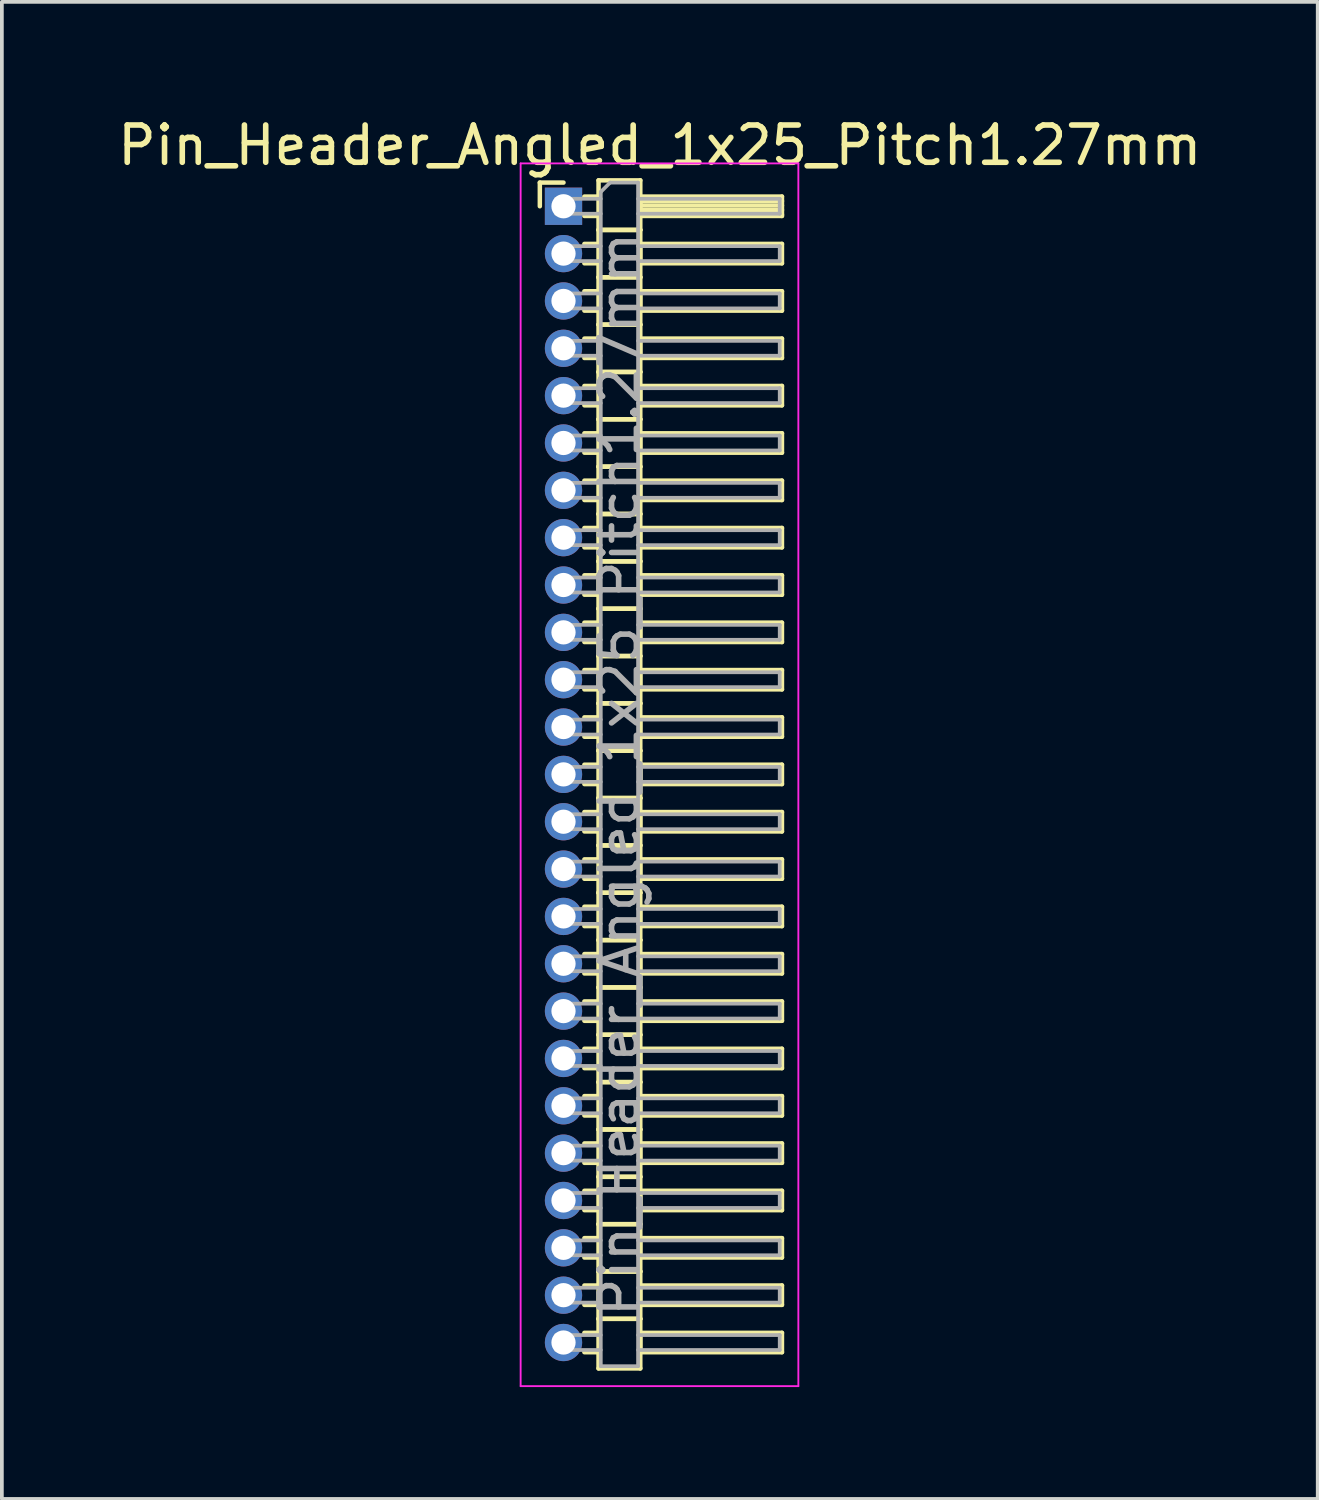
<source format=kicad_pcb>
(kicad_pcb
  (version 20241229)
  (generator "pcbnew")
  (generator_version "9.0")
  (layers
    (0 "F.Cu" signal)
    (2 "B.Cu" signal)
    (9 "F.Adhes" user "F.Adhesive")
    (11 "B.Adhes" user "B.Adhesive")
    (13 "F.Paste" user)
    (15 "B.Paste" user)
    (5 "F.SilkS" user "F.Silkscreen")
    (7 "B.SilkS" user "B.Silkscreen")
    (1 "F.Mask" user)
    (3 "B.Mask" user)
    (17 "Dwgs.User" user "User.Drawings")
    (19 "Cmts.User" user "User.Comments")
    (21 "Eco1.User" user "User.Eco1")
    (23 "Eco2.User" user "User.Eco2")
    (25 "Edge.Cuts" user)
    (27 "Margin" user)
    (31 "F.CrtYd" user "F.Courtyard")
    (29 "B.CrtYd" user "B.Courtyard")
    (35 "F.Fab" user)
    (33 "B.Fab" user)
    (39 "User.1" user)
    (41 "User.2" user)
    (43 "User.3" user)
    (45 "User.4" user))
  (footprint "Pin_Header_Angled_1x25_Pitch1.27mm"
    (layer "F.Cu")
    (at 12.066 2.483)
    (property "Reference" "Pin_Header_Angled_1x25_Pitch1.27mm" (at 2.583 -1.635 0) (layer "F.SilkS") (effects (font (size 1 1) (thickness 0.15))))
    (attr through_hole)
    (fp_line (start -0.635 -0.635) (end 0 -0.635) (stroke (width 0.12) (type solid)) (layer "F.SilkS"))
    (fp_line (start -0.635 0) (end -0.635 -0.635) (stroke (width 0.12) (type solid)) (layer "F.SilkS"))
    (fp_line (start 0.56 -0.26) (end 0.94 -0.26) (stroke (width 0.12) (type solid)) (layer "F.SilkS"))
    (fp_line (start 0.56 0.26) (end 0.94 0.26) (stroke (width 0.12) (type solid)) (layer "F.SilkS"))
    (fp_line (start 0.56 1.01) (end 0.94 1.01) (stroke (width 0.12) (type solid)) (layer "F.SilkS"))
    (fp_line (start 0.56 1.53) (end 0.94 1.53) (stroke (width 0.12) (type solid)) (layer "F.SilkS"))
    (fp_line (start 0.56 2.28) (end 0.94 2.28) (stroke (width 0.12) (type solid)) (layer "F.SilkS"))
    (fp_line (start 0.56 2.8) (end 0.94 2.8) (stroke (width 0.12) (type solid)) (layer "F.SilkS"))
    (fp_line (start 0.56 3.55) (end 0.94 3.55) (stroke (width 0.12) (type solid)) (layer "F.SilkS"))
    (fp_line (start 0.56 4.07) (end 0.94 4.07) (stroke (width 0.12) (type solid)) (layer "F.SilkS"))
    (fp_line (start 0.56 4.82) (end 0.94 4.82) (stroke (width 0.12) (type solid)) (layer "F.SilkS"))
    (fp_line (start 0.56 5.34) (end 0.94 5.34) (stroke (width 0.12) (type solid)) (layer "F.SilkS"))
    (fp_line (start 0.56 6.09) (end 0.94 6.09) (stroke (width 0.12) (type solid)) (layer "F.SilkS"))
    (fp_line (start 0.56 6.61) (end 0.94 6.61) (stroke (width 0.12) (type solid)) (layer "F.SilkS"))
    (fp_line (start 0.56 7.36) (end 0.94 7.36) (stroke (width 0.12) (type solid)) (layer "F.SilkS"))
    (fp_line (start 0.56 7.88) (end 0.94 7.88) (stroke (width 0.12) (type solid)) (layer "F.SilkS"))
    (fp_line (start 0.56 8.63) (end 0.94 8.63) (stroke (width 0.12) (type solid)) (layer "F.SilkS"))
    (fp_line (start 0.56 9.15) (end 0.94 9.15) (stroke (width 0.12) (type solid)) (layer "F.SilkS"))
    (fp_line (start 0.56 9.9) (end 0.94 9.9) (stroke (width 0.12) (type solid)) (layer "F.SilkS"))
    (fp_line (start 0.56 10.42) (end 0.94 10.42) (stroke (width 0.12) (type solid)) (layer "F.SilkS"))
    (fp_line (start 0.56 11.17) (end 0.94 11.17) (stroke (width 0.12) (type solid)) (layer "F.SilkS"))
    (fp_line (start 0.56 11.69) (end 0.94 11.69) (stroke (width 0.12) (type solid)) (layer "F.SilkS"))
    (fp_line (start 0.56 12.44) (end 0.94 12.44) (stroke (width 0.12) (type solid)) (layer "F.SilkS"))
    (fp_line (start 0.56 12.96) (end 0.94 12.96) (stroke (width 0.12) (type solid)) (layer "F.SilkS"))
    (fp_line (start 0.56 13.71) (end 0.94 13.71) (stroke (width 0.12) (type solid)) (layer "F.SilkS"))
    (fp_line (start 0.56 14.23) (end 0.94 14.23) (stroke (width 0.12) (type solid)) (layer "F.SilkS"))
    (fp_line (start 0.56 14.98) (end 0.94 14.98) (stroke (width 0.12) (type solid)) (layer "F.SilkS"))
    (fp_line (start 0.56 15.5) (end 0.94 15.5) (stroke (width 0.12) (type solid)) (layer "F.SilkS"))
    (fp_line (start 0.56 16.25) (end 0.94 16.25) (stroke (width 0.12) (type solid)) (layer "F.SilkS"))
    (fp_line (start 0.56 16.77) (end 0.94 16.77) (stroke (width 0.12) (type solid)) (layer "F.SilkS"))
    (fp_line (start 0.56 17.52) (end 0.94 17.52) (stroke (width 0.12) (type solid)) (layer "F.SilkS"))
    (fp_line (start 0.56 18.04) (end 0.94 18.04) (stroke (width 0.12) (type solid)) (layer "F.SilkS"))
    (fp_line (start 0.56 18.79) (end 0.94 18.79) (stroke (width 0.12) (type solid)) (layer "F.SilkS"))
    (fp_line (start 0.56 19.31) (end 0.94 19.31) (stroke (width 0.12) (type solid)) (layer "F.SilkS"))
    (fp_line (start 0.56 20.06) (end 0.94 20.06) (stroke (width 0.12) (type solid)) (layer "F.SilkS"))
    (fp_line (start 0.56 20.58) (end 0.94 20.58) (stroke (width 0.12) (type solid)) (layer "F.SilkS"))
    (fp_line (start 0.56 21.33) (end 0.94 21.33) (stroke (width 0.12) (type solid)) (layer "F.SilkS"))
    (fp_line (start 0.56 21.85) (end 0.94 21.85) (stroke (width 0.12) (type solid)) (layer "F.SilkS"))
    (fp_line (start 0.56 22.6) (end 0.94 22.6) (stroke (width 0.12) (type solid)) (layer "F.SilkS"))
    (fp_line (start 0.56 23.12) (end 0.94 23.12) (stroke (width 0.12) (type solid)) (layer "F.SilkS"))
    (fp_line (start 0.56 23.87) (end 0.94 23.87) (stroke (width 0.12) (type solid)) (layer "F.SilkS"))
    (fp_line (start 0.56 24.39) (end 0.94 24.39) (stroke (width 0.12) (type solid)) (layer "F.SilkS"))
    (fp_line (start 0.56 25.14) (end 0.94 25.14) (stroke (width 0.12) (type solid)) (layer "F.SilkS"))
    (fp_line (start 0.56 25.66) (end 0.94 25.66) (stroke (width 0.12) (type solid)) (layer "F.SilkS"))
    (fp_line (start 0.56 26.41) (end 0.94 26.41) (stroke (width 0.12) (type solid)) (layer "F.SilkS"))
    (fp_line (start 0.56 26.93) (end 0.94 26.93) (stroke (width 0.12) (type solid)) (layer "F.SilkS"))
    (fp_line (start 0.56 27.68) (end 0.94 27.68) (stroke (width 0.12) (type solid)) (layer "F.SilkS"))
    (fp_line (start 0.56 28.2) (end 0.94 28.2) (stroke (width 0.12) (type solid)) (layer "F.SilkS"))
    (fp_line (start 0.56 28.95) (end 0.94 28.95) (stroke (width 0.12) (type solid)) (layer "F.SilkS"))
    (fp_line (start 0.56 29.47) (end 0.94 29.47) (stroke (width 0.12) (type solid)) (layer "F.SilkS"))
    (fp_line (start 0.56 30.22) (end 0.94 30.22) (stroke (width 0.12) (type solid)) (layer "F.SilkS"))
    (fp_line (start 0.56 30.74) (end 0.94 30.74) (stroke (width 0.12) (type solid)) (layer "F.SilkS"))
    (fp_line (start 0.94 -0.695) (end 0.94 0.635) (stroke (width 0.12) (type solid)) (layer "F.SilkS"))
    (fp_line (start 0.94 0.635) (end 0.94 1.905) (stroke (width 0.12) (type solid)) (layer "F.SilkS"))
    (fp_line (start 0.94 0.635) (end 2.06 0.635) (stroke (width 0.12) (type solid)) (layer "F.SilkS"))
    (fp_line (start 0.94 1.905) (end 0.94 3.175) (stroke (width 0.12) (type solid)) (layer "F.SilkS"))
    (fp_line (start 0.94 1.905) (end 2.06 1.905) (stroke (width 0.12) (type solid)) (layer "F.SilkS"))
    (fp_line (start 0.94 3.175) (end 0.94 4.445) (stroke (width 0.12) (type solid)) (layer "F.SilkS"))
    (fp_line (start 0.94 3.175) (end 2.06 3.175) (stroke (width 0.12) (type solid)) (layer "F.SilkS"))
    (fp_line (start 0.94 4.445) (end 0.94 5.715) (stroke (width 0.12) (type solid)) (layer "F.SilkS"))
    (fp_line (start 0.94 4.445) (end 2.06 4.445) (stroke (width 0.12) (type solid)) (layer "F.SilkS"))
    (fp_line (start 0.94 5.715) (end 0.94 6.985) (stroke (width 0.12) (type solid)) (layer "F.SilkS"))
    (fp_line (start 0.94 5.715) (end 2.06 5.715) (stroke (width 0.12) (type solid)) (layer "F.SilkS"))
    (fp_line (start 0.94 6.985) (end 0.94 8.255) (stroke (width 0.12) (type solid)) (layer "F.SilkS"))
    (fp_line (start 0.94 6.985) (end 2.06 6.985) (stroke (width 0.12) (type solid)) (layer "F.SilkS"))
    (fp_line (start 0.94 8.255) (end 0.94 9.525) (stroke (width 0.12) (type solid)) (layer "F.SilkS"))
    (fp_line (start 0.94 8.255) (end 2.06 8.255) (stroke (width 0.12) (type solid)) (layer "F.SilkS"))
    (fp_line (start 0.94 9.525) (end 0.94 10.795) (stroke (width 0.12) (type solid)) (layer "F.SilkS"))
    (fp_line (start 0.94 9.525) (end 2.06 9.525) (stroke (width 0.12) (type solid)) (layer "F.SilkS"))
    (fp_line (start 0.94 10.795) (end 0.94 12.065) (stroke (width 0.12) (type solid)) (layer "F.SilkS"))
    (fp_line (start 0.94 10.795) (end 2.06 10.795) (stroke (width 0.12) (type solid)) (layer "F.SilkS"))
    (fp_line (start 0.94 12.065) (end 0.94 13.335) (stroke (width 0.12) (type solid)) (layer "F.SilkS"))
    (fp_line (start 0.94 12.065) (end 2.06 12.065) (stroke (width 0.12) (type solid)) (layer "F.SilkS"))
    (fp_line (start 0.94 13.335) (end 0.94 14.605) (stroke (width 0.12) (type solid)) (layer "F.SilkS"))
    (fp_line (start 0.94 13.335) (end 2.06 13.335) (stroke (width 0.12) (type solid)) (layer "F.SilkS"))
    (fp_line (start 0.94 14.605) (end 0.94 15.875) (stroke (width 0.12) (type solid)) (layer "F.SilkS"))
    (fp_line (start 0.94 14.605) (end 2.06 14.605) (stroke (width 0.12) (type solid)) (layer "F.SilkS"))
    (fp_line (start 0.94 15.875) (end 0.94 17.145) (stroke (width 0.12) (type solid)) (layer "F.SilkS"))
    (fp_line (start 0.94 15.875) (end 2.06 15.875) (stroke (width 0.12) (type solid)) (layer "F.SilkS"))
    (fp_line (start 0.94 17.145) (end 0.94 18.415) (stroke (width 0.12) (type solid)) (layer "F.SilkS"))
    (fp_line (start 0.94 17.145) (end 2.06 17.145) (stroke (width 0.12) (type solid)) (layer "F.SilkS"))
    (fp_line (start 0.94 18.415) (end 0.94 19.685) (stroke (width 0.12) (type solid)) (layer "F.SilkS"))
    (fp_line (start 0.94 18.415) (end 2.06 18.415) (stroke (width 0.12) (type solid)) (layer "F.SilkS"))
    (fp_line (start 0.94 19.685) (end 0.94 20.955) (stroke (width 0.12) (type solid)) (layer "F.SilkS"))
    (fp_line (start 0.94 19.685) (end 2.06 19.685) (stroke (width 0.12) (type solid)) (layer "F.SilkS"))
    (fp_line (start 0.94 20.955) (end 0.94 22.225) (stroke (width 0.12) (type solid)) (layer "F.SilkS"))
    (fp_line (start 0.94 20.955) (end 2.06 20.955) (stroke (width 0.12) (type solid)) (layer "F.SilkS"))
    (fp_line (start 0.94 22.225) (end 0.94 23.495) (stroke (width 0.12) (type solid)) (layer "F.SilkS"))
    (fp_line (start 0.94 22.225) (end 2.06 22.225) (stroke (width 0.12) (type solid)) (layer "F.SilkS"))
    (fp_line (start 0.94 23.495) (end 0.94 24.765) (stroke (width 0.12) (type solid)) (layer "F.SilkS"))
    (fp_line (start 0.94 23.495) (end 2.06 23.495) (stroke (width 0.12) (type solid)) (layer "F.SilkS"))
    (fp_line (start 0.94 24.765) (end 0.94 26.035) (stroke (width 0.12) (type solid)) (layer "F.SilkS"))
    (fp_line (start 0.94 24.765) (end 2.06 24.765) (stroke (width 0.12) (type solid)) (layer "F.SilkS"))
    (fp_line (start 0.94 26.035) (end 0.94 27.305) (stroke (width 0.12) (type solid)) (layer "F.SilkS"))
    (fp_line (start 0.94 26.035) (end 2.06 26.035) (stroke (width 0.12) (type solid)) (layer "F.SilkS"))
    (fp_line (start 0.94 27.305) (end 0.94 28.575) (stroke (width 0.12) (type solid)) (layer "F.SilkS"))
    (fp_line (start 0.94 27.305) (end 2.06 27.305) (stroke (width 0.12) (type solid)) (layer "F.SilkS"))
    (fp_line (start 0.94 28.575) (end 0.94 29.845) (stroke (width 0.12) (type solid)) (layer "F.SilkS"))
    (fp_line (start 0.94 28.575) (end 2.06 28.575) (stroke (width 0.12) (type solid)) (layer "F.SilkS"))
    (fp_line (start 0.94 29.845) (end 0.94 31.175) (stroke (width 0.12) (type solid)) (layer "F.SilkS"))
    (fp_line (start 0.94 29.845) (end 2.06 29.845) (stroke (width 0.12) (type solid)) (layer "F.SilkS"))
    (fp_line (start 0.94 31.175) (end 2.06 31.175) (stroke (width 0.12) (type solid)) (layer "F.SilkS"))
    (fp_line (start 2.06 -0.695) (end 0.94 -0.695) (stroke (width 0.12) (type solid)) (layer "F.SilkS"))
    (fp_line (start 2.06 -0.26) (end 2.06 0.26) (stroke (width 0.12) (type solid)) (layer "F.SilkS"))
    (fp_line (start 2.06 -0.14) (end 5.86 -0.14) (stroke (width 0.12) (type solid)) (layer "F.SilkS"))
    (fp_line (start 2.06 -0.02) (end 5.86 -0.02) (stroke (width 0.12) (type solid)) (layer "F.SilkS"))
    (fp_line (start 2.06 0.1) (end 5.86 0.1) (stroke (width 0.12) (type solid)) (layer "F.SilkS"))
    (fp_line (start 2.06 0.22) (end 5.86 0.22) (stroke (width 0.12) (type solid)) (layer "F.SilkS"))
    (fp_line (start 2.06 0.26) (end 5.86 0.26) (stroke (width 0.12) (type solid)) (layer "F.SilkS"))
    (fp_line (start 2.06 0.635) (end 0.94 0.635) (stroke (width 0.12) (type solid)) (layer "F.SilkS"))
    (fp_line (start 2.06 0.635) (end 2.06 -0.695) (stroke (width 0.12) (type solid)) (layer "F.SilkS"))
    (fp_line (start 2.06 1.01) (end 2.06 1.53) (stroke (width 0.12) (type solid)) (layer "F.SilkS"))
    (fp_line (start 2.06 1.53) (end 5.86 1.53) (stroke (width 0.12) (type solid)) (layer "F.SilkS"))
    (fp_line (start 2.06 1.905) (end 0.94 1.905) (stroke (width 0.12) (type solid)) (layer "F.SilkS"))
    (fp_line (start 2.06 1.905) (end 2.06 0.635) (stroke (width 0.12) (type solid)) (layer "F.SilkS"))
    (fp_line (start 2.06 2.28) (end 2.06 2.8) (stroke (width 0.12) (type solid)) (layer "F.SilkS"))
    (fp_line (start 2.06 2.8) (end 5.86 2.8) (stroke (width 0.12) (type solid)) (layer "F.SilkS"))
    (fp_line (start 2.06 3.175) (end 0.94 3.175) (stroke (width 0.12) (type solid)) (layer "F.SilkS"))
    (fp_line (start 2.06 3.175) (end 2.06 1.905) (stroke (width 0.12) (type solid)) (layer "F.SilkS"))
    (fp_line (start 2.06 3.55) (end 2.06 4.07) (stroke (width 0.12) (type solid)) (layer "F.SilkS"))
    (fp_line (start 2.06 4.07) (end 5.86 4.07) (stroke (width 0.12) (type solid)) (layer "F.SilkS"))
    (fp_line (start 2.06 4.445) (end 0.94 4.445) (stroke (width 0.12) (type solid)) (layer "F.SilkS"))
    (fp_line (start 2.06 4.445) (end 2.06 3.175) (stroke (width 0.12) (type solid)) (layer "F.SilkS"))
    (fp_line (start 2.06 4.82) (end 2.06 5.34) (stroke (width 0.12) (type solid)) (layer "F.SilkS"))
    (fp_line (start 2.06 5.34) (end 5.86 5.34) (stroke (width 0.12) (type solid)) (layer "F.SilkS"))
    (fp_line (start 2.06 5.715) (end 0.94 5.715) (stroke (width 0.12) (type solid)) (layer "F.SilkS"))
    (fp_line (start 2.06 5.715) (end 2.06 4.445) (stroke (width 0.12) (type solid)) (layer "F.SilkS"))
    (fp_line (start 2.06 6.09) (end 2.06 6.61) (stroke (width 0.12) (type solid)) (layer "F.SilkS"))
    (fp_line (start 2.06 6.61) (end 5.86 6.61) (stroke (width 0.12) (type solid)) (layer "F.SilkS"))
    (fp_line (start 2.06 6.985) (end 0.94 6.985) (stroke (width 0.12) (type solid)) (layer "F.SilkS"))
    (fp_line (start 2.06 6.985) (end 2.06 5.715) (stroke (width 0.12) (type solid)) (layer "F.SilkS"))
    (fp_line (start 2.06 7.36) (end 2.06 7.88) (stroke (width 0.12) (type solid)) (layer "F.SilkS"))
    (fp_line (start 2.06 7.88) (end 5.86 7.88) (stroke (width 0.12) (type solid)) (layer "F.SilkS"))
    (fp_line (start 2.06 8.255) (end 0.94 8.255) (stroke (width 0.12) (type solid)) (layer "F.SilkS"))
    (fp_line (start 2.06 8.255) (end 2.06 6.985) (stroke (width 0.12) (type solid)) (layer "F.SilkS"))
    (fp_line (start 2.06 8.63) (end 2.06 9.15) (stroke (width 0.12) (type solid)) (layer "F.SilkS"))
    (fp_line (start 2.06 9.15) (end 5.86 9.15) (stroke (width 0.12) (type solid)) (layer "F.SilkS"))
    (fp_line (start 2.06 9.525) (end 0.94 9.525) (stroke (width 0.12) (type solid)) (layer "F.SilkS"))
    (fp_line (start 2.06 9.525) (end 2.06 8.255) (stroke (width 0.12) (type solid)) (layer "F.SilkS"))
    (fp_line (start 2.06 9.9) (end 2.06 10.42) (stroke (width 0.12) (type solid)) (layer "F.SilkS"))
    (fp_line (start 2.06 10.42) (end 5.86 10.42) (stroke (width 0.12) (type solid)) (layer "F.SilkS"))
    (fp_line (start 2.06 10.795) (end 0.94 10.795) (stroke (width 0.12) (type solid)) (layer "F.SilkS"))
    (fp_line (start 2.06 10.795) (end 2.06 9.525) (stroke (width 0.12) (type solid)) (layer "F.SilkS"))
    (fp_line (start 2.06 11.17) (end 2.06 11.69) (stroke (width 0.12) (type solid)) (layer "F.SilkS"))
    (fp_line (start 2.06 11.69) (end 5.86 11.69) (stroke (width 0.12) (type solid)) (layer "F.SilkS"))
    (fp_line (start 2.06 12.065) (end 0.94 12.065) (stroke (width 0.12) (type solid)) (layer "F.SilkS"))
    (fp_line (start 2.06 12.065) (end 2.06 10.795) (stroke (width 0.12) (type solid)) (layer "F.SilkS"))
    (fp_line (start 2.06 12.44) (end 2.06 12.96) (stroke (width 0.12) (type solid)) (layer "F.SilkS"))
    (fp_line (start 2.06 12.96) (end 5.86 12.96) (stroke (width 0.12) (type solid)) (layer "F.SilkS"))
    (fp_line (start 2.06 13.335) (end 0.94 13.335) (stroke (width 0.12) (type solid)) (layer "F.SilkS"))
    (fp_line (start 2.06 13.335) (end 2.06 12.065) (stroke (width 0.12) (type solid)) (layer "F.SilkS"))
    (fp_line (start 2.06 13.71) (end 2.06 14.23) (stroke (width 0.12) (type solid)) (layer "F.SilkS"))
    (fp_line (start 2.06 14.23) (end 5.86 14.23) (stroke (width 0.12) (type solid)) (layer "F.SilkS"))
    (fp_line (start 2.06 14.605) (end 0.94 14.605) (stroke (width 0.12) (type solid)) (layer "F.SilkS"))
    (fp_line (start 2.06 14.605) (end 2.06 13.335) (stroke (width 0.12) (type solid)) (layer "F.SilkS"))
    (fp_line (start 2.06 14.98) (end 2.06 15.5) (stroke (width 0.12) (type solid)) (layer "F.SilkS"))
    (fp_line (start 2.06 15.5) (end 5.86 15.5) (stroke (width 0.12) (type solid)) (layer "F.SilkS"))
    (fp_line (start 2.06 15.875) (end 0.94 15.875) (stroke (width 0.12) (type solid)) (layer "F.SilkS"))
    (fp_line (start 2.06 15.875) (end 2.06 14.605) (stroke (width 0.12) (type solid)) (layer "F.SilkS"))
    (fp_line (start 2.06 16.25) (end 2.06 16.77) (stroke (width 0.12) (type solid)) (layer "F.SilkS"))
    (fp_line (start 2.06 16.77) (end 5.86 16.77) (stroke (width 0.12) (type solid)) (layer "F.SilkS"))
    (fp_line (start 2.06 17.145) (end 0.94 17.145) (stroke (width 0.12) (type solid)) (layer "F.SilkS"))
    (fp_line (start 2.06 17.145) (end 2.06 15.875) (stroke (width 0.12) (type solid)) (layer "F.SilkS"))
    (fp_line (start 2.06 17.52) (end 2.06 18.04) (stroke (width 0.12) (type solid)) (layer "F.SilkS"))
    (fp_line (start 2.06 18.04) (end 5.86 18.04) (stroke (width 0.12) (type solid)) (layer "F.SilkS"))
    (fp_line (start 2.06 18.415) (end 0.94 18.415) (stroke (width 0.12) (type solid)) (layer "F.SilkS"))
    (fp_line (start 2.06 18.415) (end 2.06 17.145) (stroke (width 0.12) (type solid)) (layer "F.SilkS"))
    (fp_line (start 2.06 18.79) (end 2.06 19.31) (stroke (width 0.12) (type solid)) (layer "F.SilkS"))
    (fp_line (start 2.06 19.31) (end 5.86 19.31) (stroke (width 0.12) (type solid)) (layer "F.SilkS"))
    (fp_line (start 2.06 19.685) (end 0.94 19.685) (stroke (width 0.12) (type solid)) (layer "F.SilkS"))
    (fp_line (start 2.06 19.685) (end 2.06 18.415) (stroke (width 0.12) (type solid)) (layer "F.SilkS"))
    (fp_line (start 2.06 20.06) (end 2.06 20.58) (stroke (width 0.12) (type solid)) (layer "F.SilkS"))
    (fp_line (start 2.06 20.58) (end 5.86 20.58) (stroke (width 0.12) (type solid)) (layer "F.SilkS"))
    (fp_line (start 2.06 20.955) (end 0.94 20.955) (stroke (width 0.12) (type solid)) (layer "F.SilkS"))
    (fp_line (start 2.06 20.955) (end 2.06 19.685) (stroke (width 0.12) (type solid)) (layer "F.SilkS"))
    (fp_line (start 2.06 21.33) (end 2.06 21.85) (stroke (width 0.12) (type solid)) (layer "F.SilkS"))
    (fp_line (start 2.06 21.85) (end 5.86 21.85) (stroke (width 0.12) (type solid)) (layer "F.SilkS"))
    (fp_line (start 2.06 22.225) (end 0.94 22.225) (stroke (width 0.12) (type solid)) (layer "F.SilkS"))
    (fp_line (start 2.06 22.225) (end 2.06 20.955) (stroke (width 0.12) (type solid)) (layer "F.SilkS"))
    (fp_line (start 2.06 22.6) (end 2.06 23.12) (stroke (width 0.12) (type solid)) (layer "F.SilkS"))
    (fp_line (start 2.06 23.12) (end 5.86 23.12) (stroke (width 0.12) (type solid)) (layer "F.SilkS"))
    (fp_line (start 2.06 23.495) (end 0.94 23.495) (stroke (width 0.12) (type solid)) (layer "F.SilkS"))
    (fp_line (start 2.06 23.495) (end 2.06 22.225) (stroke (width 0.12) (type solid)) (layer "F.SilkS"))
    (fp_line (start 2.06 23.87) (end 2.06 24.39) (stroke (width 0.12) (type solid)) (layer "F.SilkS"))
    (fp_line (start 2.06 24.39) (end 5.86 24.39) (stroke (width 0.12) (type solid)) (layer "F.SilkS"))
    (fp_line (start 2.06 24.765) (end 0.94 24.765) (stroke (width 0.12) (type solid)) (layer "F.SilkS"))
    (fp_line (start 2.06 24.765) (end 2.06 23.495) (stroke (width 0.12) (type solid)) (layer "F.SilkS"))
    (fp_line (start 2.06 25.14) (end 2.06 25.66) (stroke (width 0.12) (type solid)) (layer "F.SilkS"))
    (fp_line (start 2.06 25.66) (end 5.86 25.66) (stroke (width 0.12) (type solid)) (layer "F.SilkS"))
    (fp_line (start 2.06 26.035) (end 0.94 26.035) (stroke (width 0.12) (type solid)) (layer "F.SilkS"))
    (fp_line (start 2.06 26.035) (end 2.06 24.765) (stroke (width 0.12) (type solid)) (layer "F.SilkS"))
    (fp_line (start 2.06 26.41) (end 2.06 26.93) (stroke (width 0.12) (type solid)) (layer "F.SilkS"))
    (fp_line (start 2.06 26.93) (end 5.86 26.93) (stroke (width 0.12) (type solid)) (layer "F.SilkS"))
    (fp_line (start 2.06 27.305) (end 0.94 27.305) (stroke (width 0.12) (type solid)) (layer "F.SilkS"))
    (fp_line (start 2.06 27.305) (end 2.06 26.035) (stroke (width 0.12) (type solid)) (layer "F.SilkS"))
    (fp_line (start 2.06 27.68) (end 2.06 28.2) (stroke (width 0.12) (type solid)) (layer "F.SilkS"))
    (fp_line (start 2.06 28.2) (end 5.86 28.2) (stroke (width 0.12) (type solid)) (layer "F.SilkS"))
    (fp_line (start 2.06 28.575) (end 0.94 28.575) (stroke (width 0.12) (type solid)) (layer "F.SilkS"))
    (fp_line (start 2.06 28.575) (end 2.06 27.305) (stroke (width 0.12) (type solid)) (layer "F.SilkS"))
    (fp_line (start 2.06 28.95) (end 2.06 29.47) (stroke (width 0.12) (type solid)) (layer "F.SilkS"))
    (fp_line (start 2.06 29.47) (end 5.86 29.47) (stroke (width 0.12) (type solid)) (layer "F.SilkS"))
    (fp_line (start 2.06 29.845) (end 0.94 29.845) (stroke (width 0.12) (type solid)) (layer "F.SilkS"))
    (fp_line (start 2.06 29.845) (end 2.06 28.575) (stroke (width 0.12) (type solid)) (layer "F.SilkS"))
    (fp_line (start 2.06 30.22) (end 2.06 30.74) (stroke (width 0.12) (type solid)) (layer "F.SilkS"))
    (fp_line (start 2.06 30.74) (end 5.86 30.74) (stroke (width 0.12) (type solid)) (layer "F.SilkS"))
    (fp_line (start 2.06 31.175) (end 2.06 29.845) (stroke (width 0.12) (type solid)) (layer "F.SilkS"))
    (fp_line (start 5.86 -0.26) (end 2.06 -0.26) (stroke (width 0.12) (type solid)) (layer "F.SilkS"))
    (fp_line (start 5.86 0.26) (end 5.86 -0.26) (stroke (width 0.12) (type solid)) (layer "F.SilkS"))
    (fp_line (start 5.86 1.01) (end 2.06 1.01) (stroke (width 0.12) (type solid)) (layer "F.SilkS"))
    (fp_line (start 5.86 1.53) (end 5.86 1.01) (stroke (width 0.12) (type solid)) (layer "F.SilkS"))
    (fp_line (start 5.86 2.28) (end 2.06 2.28) (stroke (width 0.12) (type solid)) (layer "F.SilkS"))
    (fp_line (start 5.86 2.8) (end 5.86 2.28) (stroke (width 0.12) (type solid)) (layer "F.SilkS"))
    (fp_line (start 5.86 3.55) (end 2.06 3.55) (stroke (width 0.12) (type solid)) (layer "F.SilkS"))
    (fp_line (start 5.86 4.07) (end 5.86 3.55) (stroke (width 0.12) (type solid)) (layer "F.SilkS"))
    (fp_line (start 5.86 4.82) (end 2.06 4.82) (stroke (width 0.12) (type solid)) (layer "F.SilkS"))
    (fp_line (start 5.86 5.34) (end 5.86 4.82) (stroke (width 0.12) (type solid)) (layer "F.SilkS"))
    (fp_line (start 5.86 6.09) (end 2.06 6.09) (stroke (width 0.12) (type solid)) (layer "F.SilkS"))
    (fp_line (start 5.86 6.61) (end 5.86 6.09) (stroke (width 0.12) (type solid)) (layer "F.SilkS"))
    (fp_line (start 5.86 7.36) (end 2.06 7.36) (stroke (width 0.12) (type solid)) (layer "F.SilkS"))
    (fp_line (start 5.86 7.88) (end 5.86 7.36) (stroke (width 0.12) (type solid)) (layer "F.SilkS"))
    (fp_line (start 5.86 8.63) (end 2.06 8.63) (stroke (width 0.12) (type solid)) (layer "F.SilkS"))
    (fp_line (start 5.86 9.15) (end 5.86 8.63) (stroke (width 0.12) (type solid)) (layer "F.SilkS"))
    (fp_line (start 5.86 9.9) (end 2.06 9.9) (stroke (width 0.12) (type solid)) (layer "F.SilkS"))
    (fp_line (start 5.86 10.42) (end 5.86 9.9) (stroke (width 0.12) (type solid)) (layer "F.SilkS"))
    (fp_line (start 5.86 11.17) (end 2.06 11.17) (stroke (width 0.12) (type solid)) (layer "F.SilkS"))
    (fp_line (start 5.86 11.69) (end 5.86 11.17) (stroke (width 0.12) (type solid)) (layer "F.SilkS"))
    (fp_line (start 5.86 12.44) (end 2.06 12.44) (stroke (width 0.12) (type solid)) (layer "F.SilkS"))
    (fp_line (start 5.86 12.96) (end 5.86 12.44) (stroke (width 0.12) (type solid)) (layer "F.SilkS"))
    (fp_line (start 5.86 13.71) (end 2.06 13.71) (stroke (width 0.12) (type solid)) (layer "F.SilkS"))
    (fp_line (start 5.86 14.23) (end 5.86 13.71) (stroke (width 0.12) (type solid)) (layer "F.SilkS"))
    (fp_line (start 5.86 14.98) (end 2.06 14.98) (stroke (width 0.12) (type solid)) (layer "F.SilkS"))
    (fp_line (start 5.86 15.5) (end 5.86 14.98) (stroke (width 0.12) (type solid)) (layer "F.SilkS"))
    (fp_line (start 5.86 16.25) (end 2.06 16.25) (stroke (width 0.12) (type solid)) (layer "F.SilkS"))
    (fp_line (start 5.86 16.77) (end 5.86 16.25) (stroke (width 0.12) (type solid)) (layer "F.SilkS"))
    (fp_line (start 5.86 17.52) (end 2.06 17.52) (stroke (width 0.12) (type solid)) (layer "F.SilkS"))
    (fp_line (start 5.86 18.04) (end 5.86 17.52) (stroke (width 0.12) (type solid)) (layer "F.SilkS"))
    (fp_line (start 5.86 18.79) (end 2.06 18.79) (stroke (width 0.12) (type solid)) (layer "F.SilkS"))
    (fp_line (start 5.86 19.31) (end 5.86 18.79) (stroke (width 0.12) (type solid)) (layer "F.SilkS"))
    (fp_line (start 5.86 20.06) (end 2.06 20.06) (stroke (width 0.12) (type solid)) (layer "F.SilkS"))
    (fp_line (start 5.86 20.58) (end 5.86 20.06) (stroke (width 0.12) (type solid)) (layer "F.SilkS"))
    (fp_line (start 5.86 21.33) (end 2.06 21.33) (stroke (width 0.12) (type solid)) (layer "F.SilkS"))
    (fp_line (start 5.86 21.85) (end 5.86 21.33) (stroke (width 0.12) (type solid)) (layer "F.SilkS"))
    (fp_line (start 5.86 22.6) (end 2.06 22.6) (stroke (width 0.12) (type solid)) (layer "F.SilkS"))
    (fp_line (start 5.86 23.12) (end 5.86 22.6) (stroke (width 0.12) (type solid)) (layer "F.SilkS"))
    (fp_line (start 5.86 23.87) (end 2.06 23.87) (stroke (width 0.12) (type solid)) (layer "F.SilkS"))
    (fp_line (start 5.86 24.39) (end 5.86 23.87) (stroke (width 0.12) (type solid)) (layer "F.SilkS"))
    (fp_line (start 5.86 25.14) (end 2.06 25.14) (stroke (width 0.12) (type solid)) (layer "F.SilkS"))
    (fp_line (start 5.86 25.66) (end 5.86 25.14) (stroke (width 0.12) (type solid)) (layer "F.SilkS"))
    (fp_line (start 5.86 26.41) (end 2.06 26.41) (stroke (width 0.12) (type solid)) (layer "F.SilkS"))
    (fp_line (start 5.86 26.93) (end 5.86 26.41) (stroke (width 0.12) (type solid)) (layer "F.SilkS"))
    (fp_line (start 5.86 27.68) (end 2.06 27.68) (stroke (width 0.12) (type solid)) (layer "F.SilkS"))
    (fp_line (start 5.86 28.2) (end 5.86 27.68) (stroke (width 0.12) (type solid)) (layer "F.SilkS"))
    (fp_line (start 5.86 28.95) (end 2.06 28.95) (stroke (width 0.12) (type solid)) (layer "F.SilkS"))
    (fp_line (start 5.86 29.47) (end 5.86 28.95) (stroke (width 0.12) (type solid)) (layer "F.SilkS"))
    (fp_line (start 5.86 30.22) (end 2.06 30.22) (stroke (width 0.12) (type solid)) (layer "F.SilkS"))
    (fp_line (start 5.86 30.74) (end 5.86 30.22) (stroke (width 0.12) (type solid)) (layer "F.SilkS"))
    (fp_line (start -1.15 -1.15) (end -1.15 31.65) (stroke (width 0.05) (type solid)) (layer "F.CrtYd"))
    (fp_line (start -1.15 31.65) (end 6.3 31.65) (stroke (width 0.05) (type solid)) (layer "F.CrtYd"))
    (fp_line (start 6.3 -1.15) (end -1.15 -1.15) (stroke (width 0.05) (type solid)) (layer "F.CrtYd"))
    (fp_line (start 6.3 31.65) (end 6.3 -1.15) (stroke (width 0.05) (type solid)) (layer "F.CrtYd"))
    (fp_line (start -0.2 -0.2) (end -0.2 0.2) (stroke (width 0.1) (type solid)) (layer "F.Fab"))
    (fp_line (start -0.2 -0.2) (end 1 -0.2) (stroke (width 0.1) (type solid)) (layer "F.Fab"))
    (fp_line (start -0.2 0.2) (end 1 0.2) (stroke (width 0.1) (type solid)) (layer "F.Fab"))
    (fp_line (start -0.2 1.07) (end -0.2 1.47) (stroke (width 0.1) (type solid)) (layer "F.Fab"))
    (fp_line (start -0.2 1.07) (end 1 1.07) (stroke (width 0.1) (type solid)) (layer "F.Fab"))
    (fp_line (start -0.2 1.47) (end 1 1.47) (stroke (width 0.1) (type solid)) (layer "F.Fab"))
    (fp_line (start -0.2 2.34) (end -0.2 2.74) (stroke (width 0.1) (type solid)) (layer "F.Fab"))
    (fp_line (start -0.2 2.34) (end 1 2.34) (stroke (width 0.1) (type solid)) (layer "F.Fab"))
    (fp_line (start -0.2 2.74) (end 1 2.74) (stroke (width 0.1) (type solid)) (layer "F.Fab"))
    (fp_line (start -0.2 3.61) (end -0.2 4.01) (stroke (width 0.1) (type solid)) (layer "F.Fab"))
    (fp_line (start -0.2 3.61) (end 1 3.61) (stroke (width 0.1) (type solid)) (layer "F.Fab"))
    (fp_line (start -0.2 4.01) (end 1 4.01) (stroke (width 0.1) (type solid)) (layer "F.Fab"))
    (fp_line (start -0.2 4.88) (end -0.2 5.28) (stroke (width 0.1) (type solid)) (layer "F.Fab"))
    (fp_line (start -0.2 4.88) (end 1 4.88) (stroke (width 0.1) (type solid)) (layer "F.Fab"))
    (fp_line (start -0.2 5.28) (end 1 5.28) (stroke (width 0.1) (type solid)) (layer "F.Fab"))
    (fp_line (start -0.2 6.15) (end -0.2 6.55) (stroke (width 0.1) (type solid)) (layer "F.Fab"))
    (fp_line (start -0.2 6.15) (end 1 6.15) (stroke (width 0.1) (type solid)) (layer "F.Fab"))
    (fp_line (start -0.2 6.55) (end 1 6.55) (stroke (width 0.1) (type solid)) (layer "F.Fab"))
    (fp_line (start -0.2 7.42) (end -0.2 7.82) (stroke (width 0.1) (type solid)) (layer "F.Fab"))
    (fp_line (start -0.2 7.42) (end 1 7.42) (stroke (width 0.1) (type solid)) (layer "F.Fab"))
    (fp_line (start -0.2 7.82) (end 1 7.82) (stroke (width 0.1) (type solid)) (layer "F.Fab"))
    (fp_line (start -0.2 8.69) (end -0.2 9.09) (stroke (width 0.1) (type solid)) (layer "F.Fab"))
    (fp_line (start -0.2 8.69) (end 1 8.69) (stroke (width 0.1) (type solid)) (layer "F.Fab"))
    (fp_line (start -0.2 9.09) (end 1 9.09) (stroke (width 0.1) (type solid)) (layer "F.Fab"))
    (fp_line (start -0.2 9.96) (end -0.2 10.36) (stroke (width 0.1) (type solid)) (layer "F.Fab"))
    (fp_line (start -0.2 9.96) (end 1 9.96) (stroke (width 0.1) (type solid)) (layer "F.Fab"))
    (fp_line (start -0.2 10.36) (end 1 10.36) (stroke (width 0.1) (type solid)) (layer "F.Fab"))
    (fp_line (start -0.2 11.23) (end -0.2 11.63) (stroke (width 0.1) (type solid)) (layer "F.Fab"))
    (fp_line (start -0.2 11.23) (end 1 11.23) (stroke (width 0.1) (type solid)) (layer "F.Fab"))
    (fp_line (start -0.2 11.63) (end 1 11.63) (stroke (width 0.1) (type solid)) (layer "F.Fab"))
    (fp_line (start -0.2 12.5) (end -0.2 12.9) (stroke (width 0.1) (type solid)) (layer "F.Fab"))
    (fp_line (start -0.2 12.5) (end 1 12.5) (stroke (width 0.1) (type solid)) (layer "F.Fab"))
    (fp_line (start -0.2 12.9) (end 1 12.9) (stroke (width 0.1) (type solid)) (layer "F.Fab"))
    (fp_line (start -0.2 13.77) (end -0.2 14.17) (stroke (width 0.1) (type solid)) (layer "F.Fab"))
    (fp_line (start -0.2 13.77) (end 1 13.77) (stroke (width 0.1) (type solid)) (layer "F.Fab"))
    (fp_line (start -0.2 14.17) (end 1 14.17) (stroke (width 0.1) (type solid)) (layer "F.Fab"))
    (fp_line (start -0.2 15.04) (end -0.2 15.44) (stroke (width 0.1) (type solid)) (layer "F.Fab"))
    (fp_line (start -0.2 15.04) (end 1 15.04) (stroke (width 0.1) (type solid)) (layer "F.Fab"))
    (fp_line (start -0.2 15.44) (end 1 15.44) (stroke (width 0.1) (type solid)) (layer "F.Fab"))
    (fp_line (start -0.2 16.31) (end -0.2 16.71) (stroke (width 0.1) (type solid)) (layer "F.Fab"))
    (fp_line (start -0.2 16.31) (end 1 16.31) (stroke (width 0.1) (type solid)) (layer "F.Fab"))
    (fp_line (start -0.2 16.71) (end 1 16.71) (stroke (width 0.1) (type solid)) (layer "F.Fab"))
    (fp_line (start -0.2 17.58) (end -0.2 17.98) (stroke (width 0.1) (type solid)) (layer "F.Fab"))
    (fp_line (start -0.2 17.58) (end 1 17.58) (stroke (width 0.1) (type solid)) (layer "F.Fab"))
    (fp_line (start -0.2 17.98) (end 1 17.98) (stroke (width 0.1) (type solid)) (layer "F.Fab"))
    (fp_line (start -0.2 18.85) (end -0.2 19.25) (stroke (width 0.1) (type solid)) (layer "F.Fab"))
    (fp_line (start -0.2 18.85) (end 1 18.85) (stroke (width 0.1) (type solid)) (layer "F.Fab"))
    (fp_line (start -0.2 19.25) (end 1 19.25) (stroke (width 0.1) (type solid)) (layer "F.Fab"))
    (fp_line (start -0.2 20.12) (end -0.2 20.52) (stroke (width 0.1) (type solid)) (layer "F.Fab"))
    (fp_line (start -0.2 20.12) (end 1 20.12) (stroke (width 0.1) (type solid)) (layer "F.Fab"))
    (fp_line (start -0.2 20.52) (end 1 20.52) (stroke (width 0.1) (type solid)) (layer "F.Fab"))
    (fp_line (start -0.2 21.39) (end -0.2 21.79) (stroke (width 0.1) (type solid)) (layer "F.Fab"))
    (fp_line (start -0.2 21.39) (end 1 21.39) (stroke (width 0.1) (type solid)) (layer "F.Fab"))
    (fp_line (start -0.2 21.79) (end 1 21.79) (stroke (width 0.1) (type solid)) (layer "F.Fab"))
    (fp_line (start -0.2 22.66) (end -0.2 23.06) (stroke (width 0.1) (type solid)) (layer "F.Fab"))
    (fp_line (start -0.2 22.66) (end 1 22.66) (stroke (width 0.1) (type solid)) (layer "F.Fab"))
    (fp_line (start -0.2 23.06) (end 1 23.06) (stroke (width 0.1) (type solid)) (layer "F.Fab"))
    (fp_line (start -0.2 23.93) (end -0.2 24.33) (stroke (width 0.1) (type solid)) (layer "F.Fab"))
    (fp_line (start -0.2 23.93) (end 1 23.93) (stroke (width 0.1) (type solid)) (layer "F.Fab"))
    (fp_line (start -0.2 24.33) (end 1 24.33) (stroke (width 0.1) (type solid)) (layer "F.Fab"))
    (fp_line (start -0.2 25.2) (end -0.2 25.6) (stroke (width 0.1) (type solid)) (layer "F.Fab"))
    (fp_line (start -0.2 25.2) (end 1 25.2) (stroke (width 0.1) (type solid)) (layer "F.Fab"))
    (fp_line (start -0.2 25.6) (end 1 25.6) (stroke (width 0.1) (type solid)) (layer "F.Fab"))
    (fp_line (start -0.2 26.47) (end -0.2 26.87) (stroke (width 0.1) (type solid)) (layer "F.Fab"))
    (fp_line (start -0.2 26.47) (end 1 26.47) (stroke (width 0.1) (type solid)) (layer "F.Fab"))
    (fp_line (start -0.2 26.87) (end 1 26.87) (stroke (width 0.1) (type solid)) (layer "F.Fab"))
    (fp_line (start -0.2 27.74) (end -0.2 28.14) (stroke (width 0.1) (type solid)) (layer "F.Fab"))
    (fp_line (start -0.2 27.74) (end 1 27.74) (stroke (width 0.1) (type solid)) (layer "F.Fab"))
    (fp_line (start -0.2 28.14) (end 1 28.14) (stroke (width 0.1) (type solid)) (layer "F.Fab"))
    (fp_line (start -0.2 29.01) (end -0.2 29.41) (stroke (width 0.1) (type solid)) (layer "F.Fab"))
    (fp_line (start -0.2 29.01) (end 1 29.01) (stroke (width 0.1) (type solid)) (layer "F.Fab"))
    (fp_line (start -0.2 29.41) (end 1 29.41) (stroke (width 0.1) (type solid)) (layer "F.Fab"))
    (fp_line (start -0.2 30.28) (end -0.2 30.68) (stroke (width 0.1) (type solid)) (layer "F.Fab"))
    (fp_line (start -0.2 30.28) (end 1 30.28) (stroke (width 0.1) (type solid)) (layer "F.Fab"))
    (fp_line (start -0.2 30.68) (end 1 30.68) (stroke (width 0.1) (type solid)) (layer "F.Fab"))
    (fp_line (start 1 -0.385) (end 1.25 -0.635) (stroke (width 0.1) (type solid)) (layer "F.Fab"))
    (fp_line (start 1 31.115) (end 1 -0.385) (stroke (width 0.1) (type solid)) (layer "F.Fab"))
    (fp_line (start 1.25 -0.635) (end 2 -0.635) (stroke (width 0.1) (type solid)) (layer "F.Fab"))
    (fp_line (start 2 -0.635) (end 2 31.115) (stroke (width 0.1) (type solid)) (layer "F.Fab"))
    (fp_line (start 2 -0.2) (end 5.8 -0.2) (stroke (width 0.1) (type solid)) (layer "F.Fab"))
    (fp_line (start 2 0.2) (end 5.8 0.2) (stroke (width 0.1) (type solid)) (layer "F.Fab"))
    (fp_line (start 2 1.07) (end 5.8 1.07) (stroke (width 0.1) (type solid)) (layer "F.Fab"))
    (fp_line (start 2 1.47) (end 5.8 1.47) (stroke (width 0.1) (type solid)) (layer "F.Fab"))
    (fp_line (start 2 2.34) (end 5.8 2.34) (stroke (width 0.1) (type solid)) (layer "F.Fab"))
    (fp_line (start 2 2.74) (end 5.8 2.74) (stroke (width 0.1) (type solid)) (layer "F.Fab"))
    (fp_line (start 2 3.61) (end 5.8 3.61) (stroke (width 0.1) (type solid)) (layer "F.Fab"))
    (fp_line (start 2 4.01) (end 5.8 4.01) (stroke (width 0.1) (type solid)) (layer "F.Fab"))
    (fp_line (start 2 4.88) (end 5.8 4.88) (stroke (width 0.1) (type solid)) (layer "F.Fab"))
    (fp_line (start 2 5.28) (end 5.8 5.28) (stroke (width 0.1) (type solid)) (layer "F.Fab"))
    (fp_line (start 2 6.15) (end 5.8 6.15) (stroke (width 0.1) (type solid)) (layer "F.Fab"))
    (fp_line (start 2 6.55) (end 5.8 6.55) (stroke (width 0.1) (type solid)) (layer "F.Fab"))
    (fp_line (start 2 7.42) (end 5.8 7.42) (stroke (width 0.1) (type solid)) (layer "F.Fab"))
    (fp_line (start 2 7.82) (end 5.8 7.82) (stroke (width 0.1) (type solid)) (layer "F.Fab"))
    (fp_line (start 2 8.69) (end 5.8 8.69) (stroke (width 0.1) (type solid)) (layer "F.Fab"))
    (fp_line (start 2 9.09) (end 5.8 9.09) (stroke (width 0.1) (type solid)) (layer "F.Fab"))
    (fp_line (start 2 9.96) (end 5.8 9.96) (stroke (width 0.1) (type solid)) (layer "F.Fab"))
    (fp_line (start 2 10.36) (end 5.8 10.36) (stroke (width 0.1) (type solid)) (layer "F.Fab"))
    (fp_line (start 2 11.23) (end 5.8 11.23) (stroke (width 0.1) (type solid)) (layer "F.Fab"))
    (fp_line (start 2 11.63) (end 5.8 11.63) (stroke (width 0.1) (type solid)) (layer "F.Fab"))
    (fp_line (start 2 12.5) (end 5.8 12.5) (stroke (width 0.1) (type solid)) (layer "F.Fab"))
    (fp_line (start 2 12.9) (end 5.8 12.9) (stroke (width 0.1) (type solid)) (layer "F.Fab"))
    (fp_line (start 2 13.77) (end 5.8 13.77) (stroke (width 0.1) (type solid)) (layer "F.Fab"))
    (fp_line (start 2 14.17) (end 5.8 14.17) (stroke (width 0.1) (type solid)) (layer "F.Fab"))
    (fp_line (start 2 15.04) (end 5.8 15.04) (stroke (width 0.1) (type solid)) (layer "F.Fab"))
    (fp_line (start 2 15.44) (end 5.8 15.44) (stroke (width 0.1) (type solid)) (layer "F.Fab"))
    (fp_line (start 2 16.31) (end 5.8 16.31) (stroke (width 0.1) (type solid)) (layer "F.Fab"))
    (fp_line (start 2 16.71) (end 5.8 16.71) (stroke (width 0.1) (type solid)) (layer "F.Fab"))
    (fp_line (start 2 17.58) (end 5.8 17.58) (stroke (width 0.1) (type solid)) (layer "F.Fab"))
    (fp_line (start 2 17.98) (end 5.8 17.98) (stroke (width 0.1) (type solid)) (layer "F.Fab"))
    (fp_line (start 2 18.85) (end 5.8 18.85) (stroke (width 0.1) (type solid)) (layer "F.Fab"))
    (fp_line (start 2 19.25) (end 5.8 19.25) (stroke (width 0.1) (type solid)) (layer "F.Fab"))
    (fp_line (start 2 20.12) (end 5.8 20.12) (stroke (width 0.1) (type solid)) (layer "F.Fab"))
    (fp_line (start 2 20.52) (end 5.8 20.52) (stroke (width 0.1) (type solid)) (layer "F.Fab"))
    (fp_line (start 2 21.39) (end 5.8 21.39) (stroke (width 0.1) (type solid)) (layer "F.Fab"))
    (fp_line (start 2 21.79) (end 5.8 21.79) (stroke (width 0.1) (type solid)) (layer "F.Fab"))
    (fp_line (start 2 22.66) (end 5.8 22.66) (stroke (width 0.1) (type solid)) (layer "F.Fab"))
    (fp_line (start 2 23.06) (end 5.8 23.06) (stroke (width 0.1) (type solid)) (layer "F.Fab"))
    (fp_line (start 2 23.93) (end 5.8 23.93) (stroke (width 0.1) (type solid)) (layer "F.Fab"))
    (fp_line (start 2 24.33) (end 5.8 24.33) (stroke (width 0.1) (type solid)) (layer "F.Fab"))
    (fp_line (start 2 25.2) (end 5.8 25.2) (stroke (width 0.1) (type solid)) (layer "F.Fab"))
    (fp_line (start 2 25.6) (end 5.8 25.6) (stroke (width 0.1) (type solid)) (layer "F.Fab"))
    (fp_line (start 2 26.47) (end 5.8 26.47) (stroke (width 0.1) (type solid)) (layer "F.Fab"))
    (fp_line (start 2 26.87) (end 5.8 26.87) (stroke (width 0.1) (type solid)) (layer "F.Fab"))
    (fp_line (start 2 27.74) (end 5.8 27.74) (stroke (width 0.1) (type solid)) (layer "F.Fab"))
    (fp_line (start 2 28.14) (end 5.8 28.14) (stroke (width 0.1) (type solid)) (layer "F.Fab"))
    (fp_line (start 2 29.01) (end 5.8 29.01) (stroke (width 0.1) (type solid)) (layer "F.Fab"))
    (fp_line (start 2 29.41) (end 5.8 29.41) (stroke (width 0.1) (type solid)) (layer "F.Fab"))
    (fp_line (start 2 30.28) (end 5.8 30.28) (stroke (width 0.1) (type solid)) (layer "F.Fab"))
    (fp_line (start 2 30.68) (end 5.8 30.68) (stroke (width 0.1) (type solid)) (layer "F.Fab"))
    (fp_line (start 2 31.115) (end 1 31.115) (stroke (width 0.1) (type solid)) (layer "F.Fab"))
    (fp_line (start 5.8 -0.2) (end 5.8 0.2) (stroke (width 0.1) (type solid)) (layer "F.Fab"))
    (fp_line (start 5.8 1.07) (end 5.8 1.47) (stroke (width 0.1) (type solid)) (layer "F.Fab"))
    (fp_line (start 5.8 2.34) (end 5.8 2.74) (stroke (width 0.1) (type solid)) (layer "F.Fab"))
    (fp_line (start 5.8 3.61) (end 5.8 4.01) (stroke (width 0.1) (type solid)) (layer "F.Fab"))
    (fp_line (start 5.8 4.88) (end 5.8 5.28) (stroke (width 0.1) (type solid)) (layer "F.Fab"))
    (fp_line (start 5.8 6.15) (end 5.8 6.55) (stroke (width 0.1) (type solid)) (layer "F.Fab"))
    (fp_line (start 5.8 7.42) (end 5.8 7.82) (stroke (width 0.1) (type solid)) (layer "F.Fab"))
    (fp_line (start 5.8 8.69) (end 5.8 9.09) (stroke (width 0.1) (type solid)) (layer "F.Fab"))
    (fp_line (start 5.8 9.96) (end 5.8 10.36) (stroke (width 0.1) (type solid)) (layer "F.Fab"))
    (fp_line (start 5.8 11.23) (end 5.8 11.63) (stroke (width 0.1) (type solid)) (layer "F.Fab"))
    (fp_line (start 5.8 12.5) (end 5.8 12.9) (stroke (width 0.1) (type solid)) (layer "F.Fab"))
    (fp_line (start 5.8 13.77) (end 5.8 14.17) (stroke (width 0.1) (type solid)) (layer "F.Fab"))
    (fp_line (start 5.8 15.04) (end 5.8 15.44) (stroke (width 0.1) (type solid)) (layer "F.Fab"))
    (fp_line (start 5.8 16.31) (end 5.8 16.71) (stroke (width 0.1) (type solid)) (layer "F.Fab"))
    (fp_line (start 5.8 17.58) (end 5.8 17.98) (stroke (width 0.1) (type solid)) (layer "F.Fab"))
    (fp_line (start 5.8 18.85) (end 5.8 19.25) (stroke (width 0.1) (type solid)) (layer "F.Fab"))
    (fp_line (start 5.8 20.12) (end 5.8 20.52) (stroke (width 0.1) (type solid)) (layer "F.Fab"))
    (fp_line (start 5.8 21.39) (end 5.8 21.79) (stroke (width 0.1) (type solid)) (layer "F.Fab"))
    (fp_line (start 5.8 22.66) (end 5.8 23.06) (stroke (width 0.1) (type solid)) (layer "F.Fab"))
    (fp_line (start 5.8 23.93) (end 5.8 24.33) (stroke (width 0.1) (type solid)) (layer "F.Fab"))
    (fp_line (start 5.8 25.2) (end 5.8 25.6) (stroke (width 0.1) (type solid)) (layer "F.Fab"))
    (fp_line (start 5.8 26.47) (end 5.8 26.87) (stroke (width 0.1) (type solid)) (layer "F.Fab"))
    (fp_line (start 5.8 27.74) (end 5.8 28.14) (stroke (width 0.1) (type solid)) (layer "F.Fab"))
    (fp_line (start 5.8 29.01) (end 5.8 29.41) (stroke (width 0.1) (type solid)) (layer "F.Fab"))
    (fp_line (start 5.8 30.28) (end 5.8 30.68) (stroke (width 0.1) (type solid)) (layer "F.Fab"))
    (fp_text user "${REFERENCE}" (at 1.5 15.24 90) (layer "F.Fab") (effects (font (size 1 1) (thickness 0.15))))
    (pad "1" thru_hole rect (at 0 0) (size 1 1) (drill 0.65) (layers "*.Cu" "*.Mask"))
    (pad "2" thru_hole oval (at 0 1.27) (size 1 1) (drill 0.65) (layers "*.Cu" "*.Mask"))
    (pad "3" thru_hole oval (at 0 2.54) (size 1 1) (drill 0.65) (layers "*.Cu" "*.Mask"))
    (pad "4" thru_hole oval (at 0 3.81) (size 1 1) (drill 0.65) (layers "*.Cu" "*.Mask"))
    (pad "5" thru_hole oval (at 0 5.08) (size 1 1) (drill 0.65) (layers "*.Cu" "*.Mask"))
    (pad "6" thru_hole oval (at 0 6.35) (size 1 1) (drill 0.65) (layers "*.Cu" "*.Mask"))
    (pad "7" thru_hole oval (at 0 7.62) (size 1 1) (drill 0.65) (layers "*.Cu" "*.Mask"))
    (pad "8" thru_hole oval (at 0 8.89) (size 1 1) (drill 0.65) (layers "*.Cu" "*.Mask"))
    (pad "9" thru_hole oval (at 0 10.16) (size 1 1) (drill 0.65) (layers "*.Cu" "*.Mask"))
    (pad "10" thru_hole oval (at 0 11.43) (size 1 1) (drill 0.65) (layers "*.Cu" "*.Mask"))
    (pad "11" thru_hole oval (at 0 12.7) (size 1 1) (drill 0.65) (layers "*.Cu" "*.Mask"))
    (pad "12" thru_hole oval (at 0 13.97) (size 1 1) (drill 0.65) (layers "*.Cu" "*.Mask"))
    (pad "13" thru_hole oval (at 0 15.24) (size 1 1) (drill 0.65) (layers "*.Cu" "*.Mask"))
    (pad "14" thru_hole oval (at 0 16.51) (size 1 1) (drill 0.65) (layers "*.Cu" "*.Mask"))
    (pad "15" thru_hole oval (at 0 17.78) (size 1 1) (drill 0.65) (layers "*.Cu" "*.Mask"))
    (pad "16" thru_hole oval (at 0 19.05) (size 1 1) (drill 0.65) (layers "*.Cu" "*.Mask"))
    (pad "17" thru_hole oval (at 0 20.32) (size 1 1) (drill 0.65) (layers "*.Cu" "*.Mask"))
    (pad "18" thru_hole oval (at 0 21.59) (size 1 1) (drill 0.65) (layers "*.Cu" "*.Mask"))
    (pad "19" thru_hole oval (at 0 22.86) (size 1 1) (drill 0.65) (layers "*.Cu" "*.Mask"))
    (pad "20" thru_hole oval (at 0 24.13) (size 1 1) (drill 0.65) (layers "*.Cu" "*.Mask"))
    (pad "21" thru_hole oval (at 0 25.4) (size 1 1) (drill 0.65) (layers "*.Cu" "*.Mask"))
    (pad "22" thru_hole oval (at 0 26.67) (size 1 1) (drill 0.65) (layers "*.Cu" "*.Mask"))
    (pad "23" thru_hole oval (at 0 27.94) (size 1 1) (drill 0.65) (layers "*.Cu" "*.Mask"))
    (pad "24" thru_hole oval (at 0 29.21) (size 1 1) (drill 0.65) (layers "*.Cu" "*.Mask"))
    (pad "25" thru_hole oval (at 0 30.48) (size 1 1) (drill 0.65) (layers "*.Cu" "*.Mask")))
  (gr_rect
    (start -3 -3)
    (end 32.298 37.158)
    (stroke (width 0.1) (type default))
    (fill no)
    (layer "Edge.Cuts")))
</source>
